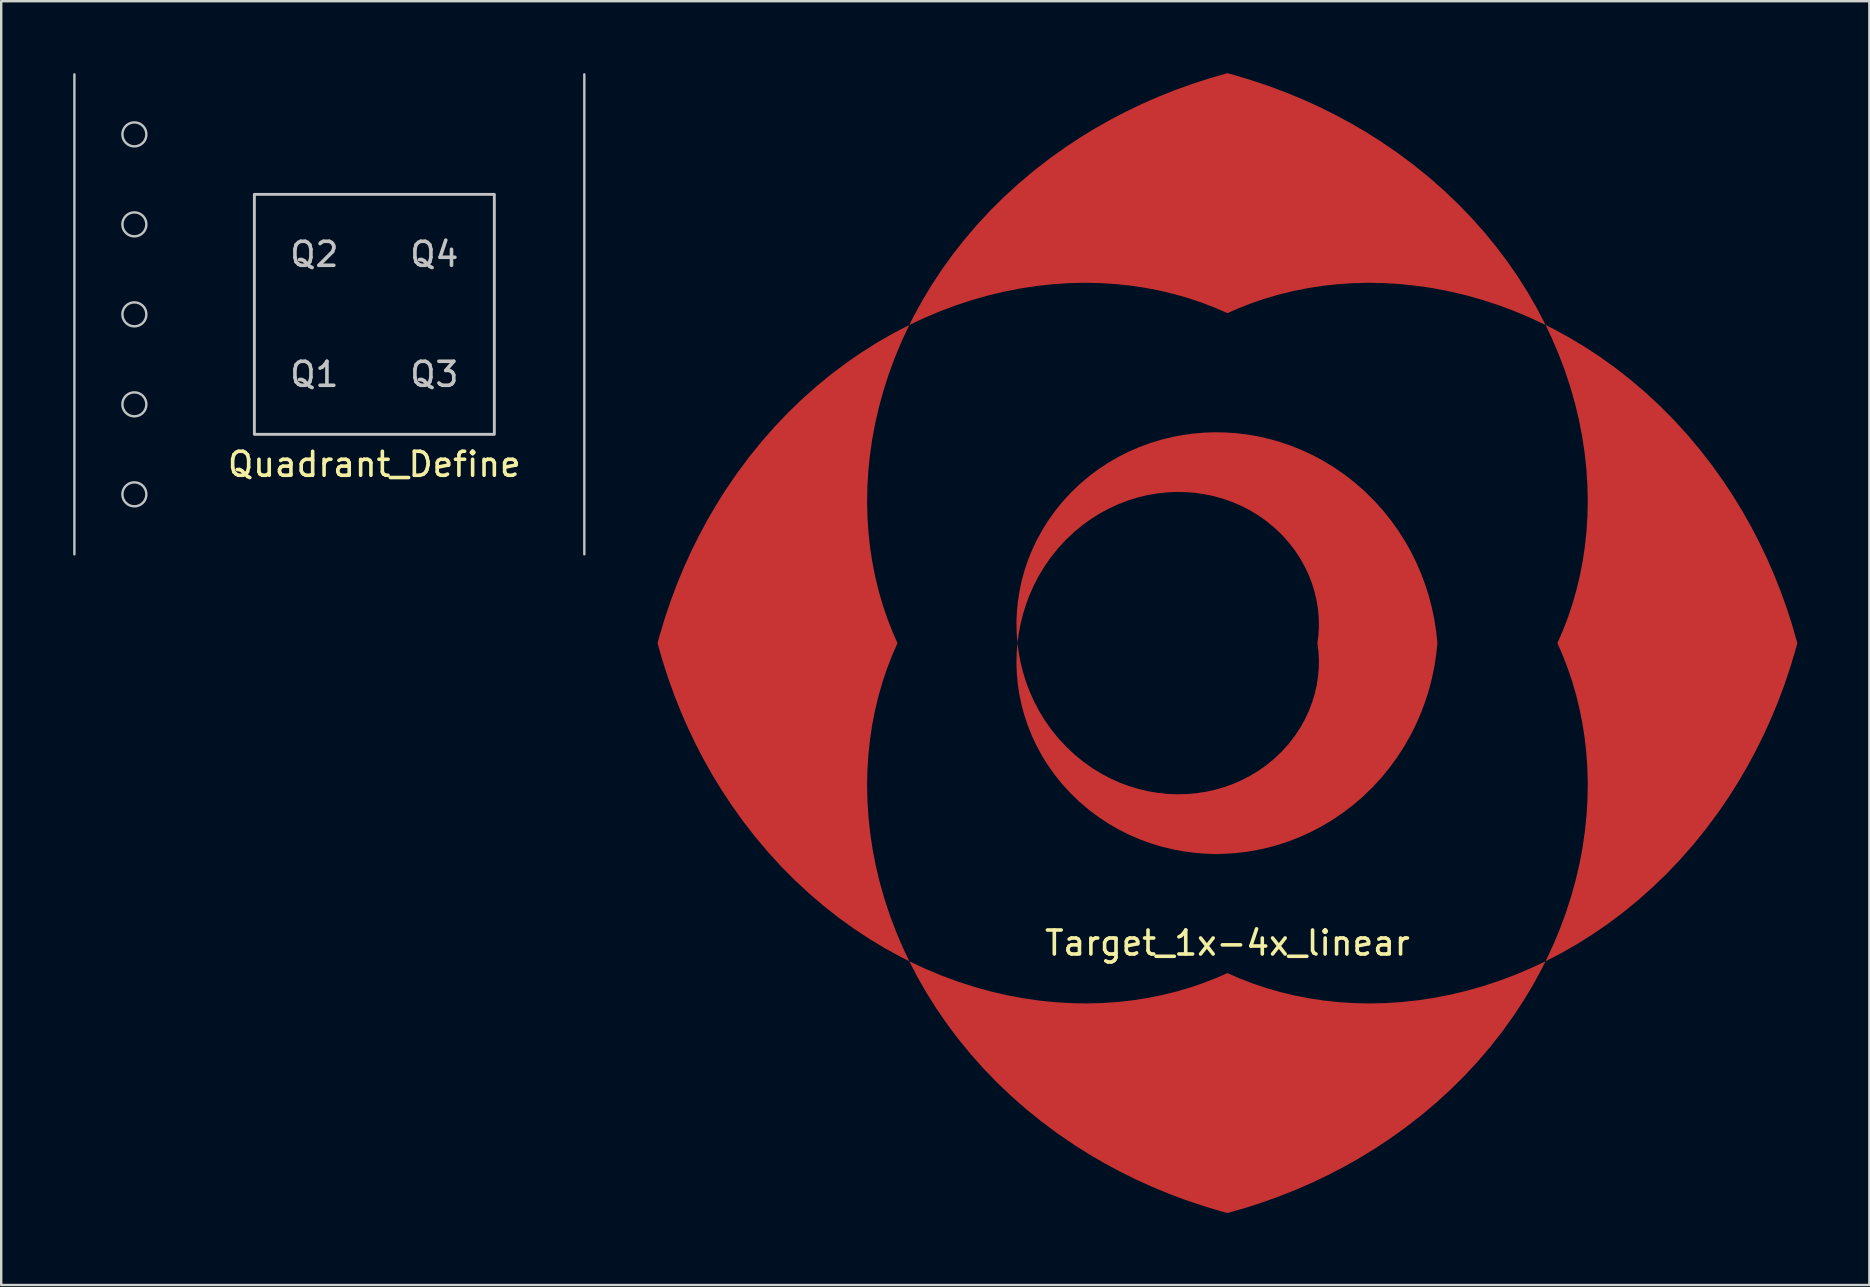
<source format=kicad_pcb>
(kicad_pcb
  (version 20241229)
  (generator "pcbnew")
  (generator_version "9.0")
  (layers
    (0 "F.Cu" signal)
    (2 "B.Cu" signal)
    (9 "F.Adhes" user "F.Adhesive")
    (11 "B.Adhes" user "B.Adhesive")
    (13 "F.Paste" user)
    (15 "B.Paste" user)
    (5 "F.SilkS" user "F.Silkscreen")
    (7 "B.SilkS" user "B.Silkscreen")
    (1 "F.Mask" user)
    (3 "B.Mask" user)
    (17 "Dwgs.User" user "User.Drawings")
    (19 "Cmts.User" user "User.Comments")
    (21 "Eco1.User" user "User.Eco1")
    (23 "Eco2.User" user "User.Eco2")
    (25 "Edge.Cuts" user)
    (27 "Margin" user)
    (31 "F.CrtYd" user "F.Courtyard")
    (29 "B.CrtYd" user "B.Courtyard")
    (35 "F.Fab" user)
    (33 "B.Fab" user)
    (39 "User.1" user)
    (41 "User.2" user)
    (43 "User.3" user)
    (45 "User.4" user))
  (footprint "Quadrant_Define"
    (layer "F.Cu")
    (at 12.55 10.05)
    (property "Reference" "Quadrant_Define" (at 0 6.25 0) (unlocked yes) (layer "F.SilkS") (effects (font (size 1 1) (thickness 0.15))))
    (attr smd)
    (fp_line (start -12.5 -10) (end -12.5 10) (stroke (width 0.1) (type solid)) (layer "Dwgs.User"))
    (fp_line (start 8.75 -10) (end 8.75 10) (stroke (width 0.1) (type solid)) (layer "Dwgs.User"))
    (fp_rect (start -5 -5) (end 5 5) (stroke (width 0.12) (type solid)) (fill no) (layer "Dwgs.User"))
    (fp_circle (center -10 -7.5) (end -9.5 -7.5) (stroke (width 0.1) (type solid)) (fill no) (layer "Dwgs.User"))
    (fp_circle (center -10 -3.75) (end -9.5 -3.75) (stroke (width 0.1) (type solid)) (fill no) (layer "Dwgs.User"))
    (fp_circle (center -10 0) (end -9.5 0) (stroke (width 0.1) (type solid)) (fill no) (layer "Dwgs.User"))
    (fp_circle (center -10 3.75) (end -9.5 3.75) (stroke (width 0.1) (type solid)) (fill no) (layer "Dwgs.User"))
    (fp_circle (center -10 7.5) (end -9.5 7.5) (stroke (width 0.1) (type solid)) (fill no) (layer "Dwgs.User"))
    (fp_text user "Q1" (at -2.5 2.5 0) (unlocked yes) (layer "Dwgs.User") (effects (font (size 1 1) (thickness 0.15))))
    (fp_text user "Q3" (at 2.5 2.5 0) (unlocked yes) (layer "Dwgs.User") (effects (font (size 1 1) (thickness 0.15))))
    (fp_text user "Q4" (at 2.5 -2.5 0) (unlocked yes) (layer "Dwgs.User") (effects (font (size 1 1) (thickness 0.15))))
    (fp_text user "Q2" (at -2.5 -2.5 0) (unlocked yes) (layer "Dwgs.User") (effects (font (size 1 1) (thickness 0.15)))))
  (footprint "Target_1x-4x_linear"
    (layer "F.Cu")
    (at 48.1 23.75)
    (property "Reference" "Target_1x-4x_linear" (at 0 12.5 0) (unlocked yes) (layer "F.SilkS") (effects (font (size 1 1) (thickness 0.15))))
    (fp_poly (pts (xy -13.592 13.089) (xy -14.255 12.727) (xy -14.909 12.334) (xy -15.554 11.909) (xy -16.188 11.453) (xy -16.809 10.966) (xy -17.416 10.448) (xy -18.008 9.9) (xy -18.583 9.322) (xy -19.14 8.714) (xy -19.676 8.078) (xy -20.192 7.413) (xy -20.685 6.721) (xy -21.078 6.124) (xy -21.454 5.508) (xy -21.812 4.876) (xy -22.151 4.225) (xy -22.47 3.559) (xy -22.769 2.876) (xy -23.047 2.179) (xy -23.304 1.466) (xy -23.538 0.74) (xy -23.75 0) (xy -23.668 -0.297) (xy -23.447 -1.032) (xy -23.204 -1.753) (xy -22.939 -2.46) (xy -22.652 -3.151) (xy -22.345 -3.827) (xy -22.017 -4.487) (xy -21.671 -5.131) (xy -21.306 -5.757) (xy -20.923 -6.365) (xy -20.442 -7.071) (xy -19.937 -7.749) (xy -19.411 -8.4) (xy -18.864 -9.022) (xy -18.298 -9.615) (xy -17.714 -10.178) (xy -17.115 -10.711) (xy -16.5 -11.214) (xy -15.873 -11.685) (xy -15.233 -12.126) (xy -14.583 -12.535) (xy -13.925 -12.912) (xy -13.258 -13.258) (xy -13.573 -12.586) (xy -13.855 -11.909) (xy -14.107 -11.229) (xy -14.326 -10.547) (xy -14.515 -9.865) (xy -14.673 -9.183) (xy -14.801 -8.504) (xy -14.898 -7.828) (xy -14.966 -7.158) (xy -15.005 -6.493) (xy -15.016 -5.836) (xy -14.998 -5.188) (xy -14.953 -4.549) (xy -14.882 -3.921) (xy -14.785 -3.305) (xy -14.663 -2.702) (xy -14.517 -2.113) (xy -14.348 -1.538) (xy -14.156 -0.98) (xy -13.943 -0.438) (xy -13.75 0) (xy -13.98 0.527) (xy -14.19 1.072) (xy -14.378 1.633) (xy -14.543 2.21) (xy -14.685 2.801) (xy -14.803 3.407) (xy -14.896 4.025) (xy -14.963 4.655) (xy -15.003 5.295) (xy -15.016 5.945) (xy -15.001 6.604) (xy -14.957 7.269) (xy -14.884 7.941) (xy -14.782 8.617) (xy -14.649 9.297) (xy -14.486 9.978) (xy -14.292 10.661) (xy -14.067 11.342) (xy -13.81 12.022) (xy -13.522 12.698) (xy -13.258 13.258)) (stroke (width 0) (type solid)) (fill yes) (layer "F.Cu"))
    (fp_poly (pts (xy -13.089 -13.592) (xy -12.727 -14.255) (xy -12.334 -14.909) (xy -11.909 -15.554) (xy -11.453 -16.188) (xy -10.966 -16.809) (xy -10.448 -17.416) (xy -9.9 -18.008) (xy -9.322 -18.583) (xy -8.714 -19.14) (xy -8.078 -19.676) (xy -7.413 -20.192) (xy -6.721 -20.685) (xy -6.124 -21.078) (xy -5.508 -21.454) (xy -4.876 -21.812) (xy -4.225 -22.151) (xy -3.559 -22.47) (xy -2.876 -22.769) (xy -2.179 -23.047) (xy -1.466 -23.304) (xy -0.74 -23.538) (xy 0 -23.75) (xy 0.297 -23.668) (xy 1.032 -23.447) (xy 1.753 -23.204) (xy 2.46 -22.939) (xy 3.151 -22.652) (xy 3.827 -22.345) (xy 4.487 -22.017) (xy 5.131 -21.671) (xy 5.757 -21.306) (xy 6.365 -20.923) (xy 7.071 -20.442) (xy 7.749 -19.937) (xy 8.4 -19.411) (xy 9.022 -18.864) (xy 9.615 -18.298) (xy 10.178 -17.714) (xy 10.711 -17.115) (xy 11.214 -16.5) (xy 11.685 -15.873) (xy 12.126 -15.233) (xy 12.535 -14.583) (xy 12.912 -13.925) (xy 13.258 -13.258) (xy 12.586 -13.573) (xy 11.909 -13.855) (xy 11.229 -14.107) (xy 10.547 -14.326) (xy 9.865 -14.515) (xy 9.183 -14.673) (xy 8.504 -14.801) (xy 7.828 -14.898) (xy 7.158 -14.966) (xy 6.493 -15.005) (xy 5.836 -15.016) (xy 5.188 -14.998) (xy 4.549 -14.953) (xy 3.921 -14.882) (xy 3.305 -14.785) (xy 2.702 -14.663) (xy 2.113 -14.517) (xy 1.538 -14.348) (xy 0.98 -14.156) (xy 0.438 -13.943) (xy 0 -13.75) (xy -0.527 -13.98) (xy -1.072 -14.19) (xy -1.633 -14.378) (xy -2.21 -14.543) (xy -2.801 -14.685) (xy -3.407 -14.803) (xy -4.025 -14.896) (xy -4.655 -14.963) (xy -5.295 -15.003) (xy -5.945 -15.016) (xy -6.604 -15.001) (xy -7.269 -14.957) (xy -7.941 -14.884) (xy -8.617 -14.782) (xy -9.297 -14.649) (xy -9.978 -14.486) (xy -10.661 -14.292) (xy -11.342 -14.067) (xy -12.022 -13.81) (xy -12.698 -13.522) (xy -13.258 -13.258)) (stroke (width 0) (type solid)) (fill yes) (layer "F.Cu"))
    (fp_poly (pts (xy 13.089 13.592) (xy 12.727 14.255) (xy 12.334 14.909) (xy 11.909 15.554) (xy 11.453 16.188) (xy 10.966 16.809) (xy 10.448 17.416) (xy 9.9 18.008) (xy 9.322 18.583) (xy 8.714 19.14) (xy 8.078 19.676) (xy 7.413 20.192) (xy 6.721 20.685) (xy 6.124 21.078) (xy 5.508 21.454) (xy 4.876 21.812) (xy 4.225 22.151) (xy 3.559 22.47) (xy 2.876 22.769) (xy 2.179 23.047) (xy 1.466 23.304) (xy 0.74 23.538) (xy 0 23.75) (xy -0.297 23.668) (xy -1.032 23.447) (xy -1.753 23.204) (xy -2.46 22.939) (xy -3.151 22.652) (xy -3.827 22.345) (xy -4.487 22.017) (xy -5.131 21.671) (xy -5.757 21.306) (xy -6.365 20.923) (xy -7.071 20.442) (xy -7.749 19.937) (xy -8.4 19.411) (xy -9.022 18.864) (xy -9.615 18.298) (xy -10.178 17.714) (xy -10.711 17.115) (xy -11.214 16.5) (xy -11.685 15.873) (xy -12.126 15.233) (xy -12.535 14.583) (xy -12.912 13.925) (xy -13.258 13.258) (xy -12.586 13.573) (xy -11.909 13.855) (xy -11.229 14.107) (xy -10.547 14.326) (xy -9.865 14.515) (xy -9.183 14.673) (xy -8.504 14.801) (xy -7.828 14.898) (xy -7.158 14.966) (xy -6.493 15.005) (xy -5.836 15.016) (xy -5.188 14.998) (xy -4.549 14.953) (xy -3.921 14.882) (xy -3.305 14.785) (xy -2.702 14.663) (xy -2.113 14.517) (xy -1.538 14.348) (xy -0.98 14.156) (xy -0.438 13.943) (xy 0 13.75) (xy 0.527 13.98) (xy 1.072 14.19) (xy 1.633 14.378) (xy 2.21 14.543) (xy 2.801 14.685) (xy 3.407 14.803) (xy 4.025 14.896) (xy 4.655 14.963) (xy 5.295 15.003) (xy 5.945 15.016) (xy 6.604 15.001) (xy 7.269 14.957) (xy 7.941 14.884) (xy 8.617 14.782) (xy 9.297 14.649) (xy 9.978 14.486) (xy 10.661 14.292) (xy 11.342 14.067) (xy 12.022 13.81) (xy 12.698 13.522) (xy 13.258 13.258)) (stroke (width 0) (type solid)) (fill yes) (layer "F.Cu"))
    (fp_poly (pts (xy 13.592 -13.089) (xy 14.255 -12.727) (xy 14.909 -12.334) (xy 15.554 -11.909) (xy 16.188 -11.453) (xy 16.809 -10.966) (xy 17.416 -10.448) (xy 18.008 -9.9) (xy 18.583 -9.322) (xy 19.14 -8.714) (xy 19.676 -8.078) (xy 20.192 -7.413) (xy 20.685 -6.721) (xy 21.078 -6.124) (xy 21.454 -5.508) (xy 21.812 -4.876) (xy 22.151 -4.225) (xy 22.47 -3.559) (xy 22.769 -2.876) (xy 23.047 -2.179) (xy 23.304 -1.466) (xy 23.538 -0.74) (xy 23.75 0) (xy 23.668 0.297) (xy 23.447 1.032) (xy 23.204 1.753) (xy 22.939 2.46) (xy 22.652 3.151) (xy 22.345 3.827) (xy 22.017 4.487) (xy 21.671 5.131) (xy 21.306 5.757) (xy 20.923 6.365) (xy 20.442 7.071) (xy 19.937 7.749) (xy 19.411 8.4) (xy 18.864 9.022) (xy 18.298 9.615) (xy 17.714 10.178) (xy 17.115 10.711) (xy 16.5 11.214) (xy 15.873 11.685) (xy 15.233 12.126) (xy 14.583 12.535) (xy 13.925 12.912) (xy 13.258 13.258) (xy 13.573 12.586) (xy 13.855 11.909) (xy 14.107 11.229) (xy 14.326 10.547) (xy 14.515 9.865) (xy 14.673 9.183) (xy 14.801 8.504) (xy 14.898 7.828) (xy 14.966 7.158) (xy 15.005 6.493) (xy 15.016 5.836) (xy 14.998 5.188) (xy 14.953 4.549) (xy 14.882 3.921) (xy 14.785 3.305) (xy 14.663 2.702) (xy 14.517 2.113) (xy 14.348 1.538) (xy 14.156 0.98) (xy 13.943 0.438) (xy 13.75 0) (xy 13.98 -0.527) (xy 14.19 -1.072) (xy 14.378 -1.633) (xy 14.543 -2.21) (xy 14.685 -2.801) (xy 14.803 -3.407) (xy 14.896 -4.025) (xy 14.963 -4.655) (xy 15.003 -5.295) (xy 15.016 -5.945) (xy 15.001 -6.604) (xy 14.957 -7.269) (xy 14.884 -7.941) (xy 14.782 -8.617) (xy 14.649 -9.297) (xy 14.486 -9.978) (xy 14.292 -10.661) (xy 14.067 -11.342) (xy 13.81 -12.022) (xy 13.522 -12.698) (xy 13.258 -13.258)) (stroke (width 0) (type solid)) (fill yes) (layer "F.Cu"))
    (fp_poly (pts (xy -0.085 -8.778) (xy 0.362 -8.748) (xy 0.809 -8.695) (xy 1.254 -8.619) (xy 1.697 -8.52) (xy 2.136 -8.398) (xy 2.571 -8.254) (xy 3.052 -8.064) (xy 3.525 -7.847) (xy 3.986 -7.601) (xy 4.435 -7.329) (xy 4.869 -7.03) (xy 5.288 -6.705) (xy 5.69 -6.355) (xy 6.114 -5.938) (xy 6.475 -5.538) (xy 6.813 -5.117) (xy 7.129 -4.675) (xy 7.42 -4.214) (xy 7.658 -3.788) (xy 7.874 -3.35) (xy 8.069 -2.899) (xy 8.242 -2.437) (xy 8.392 -1.965) (xy 8.518 -1.484) (xy 8.62 -0.996) (xy 8.697 -0.5) (xy 8.75 0) (xy 8.697 0.5) (xy 8.62 0.996) (xy 8.518 1.484) (xy 8.392 1.965) (xy 8.242 2.437) (xy 8.069 2.899) (xy 7.874 3.35) (xy 7.658 3.788) (xy 7.389 4.266) (xy 7.095 4.725) (xy 6.777 5.165) (xy 6.436 5.584) (xy 6.031 6.024) (xy 5.646 6.395) (xy 5.243 6.742) (xy 4.822 7.064) (xy 4.386 7.36) (xy 3.935 7.63) (xy 3.473 7.872) (xy 2.999 8.087) (xy 2.571 8.254) (xy 2.136 8.398) (xy 1.697 8.52) (xy 1.254 8.619) (xy 0.809 8.695) (xy 0.362 8.748) (xy -0.085 8.778) (xy -0.531 8.786) (xy -0.974 8.771) (xy -1.415 8.733) (xy -1.85 8.674) (xy -2.281 8.593) (xy -2.757 8.477) (xy -3.223 8.335) (xy -3.678 8.167) (xy -4.121 7.974) (xy -4.549 7.758) (xy -4.963 7.518) (xy -5.359 7.257) (xy -5.78 6.943) (xy -6.177 6.605) (xy -6.549 6.244) (xy -6.896 5.863) (xy -7.216 5.463) (xy -7.509 5.047) (xy -7.747 4.659) (xy -7.962 4.26) (xy -8.153 3.852) (xy -8.319 3.436) (xy -8.461 3.013) (xy -8.577 2.586) (xy -8.668 2.155) (xy -8.734 1.722) (xy -8.775 1.289) (xy -8.792 0.857) (xy -8.783 0.426) (xy -8.75 0) (xy -8.693 0.421) (xy -8.613 0.836) (xy -8.509 1.243) (xy -8.384 1.642) (xy -8.236 2.03) (xy -8.048 2.447) (xy -7.835 2.85) (xy -7.598 3.235) (xy -7.34 3.601) (xy -7.06 3.949) (xy -6.73 4.306) (xy -6.379 4.638) (xy -6.008 4.941) (xy -5.621 5.216) (xy -5.255 5.44) (xy -4.878 5.639) (xy -4.493 5.812) (xy -4.1 5.959) (xy -3.701 6.079) (xy -3.299 6.174) (xy -2.895 6.242) (xy -2.49 6.284) (xy -2.086 6.3) (xy -1.685 6.29) (xy -1.289 6.255) (xy -0.899 6.195) (xy -0.517 6.111) (xy -0.144 6.004) (xy 0.219 5.874) (xy 0.57 5.723) (xy 0.94 5.532) (xy 1.293 5.318) (xy 1.628 5.082) (xy 1.941 4.825) (xy 2.259 4.524) (xy 2.549 4.202) (xy 2.812 3.862) (xy 3.045 3.508) (xy 3.232 3.171) (xy 3.393 2.825) (xy 3.528 2.473) (xy 3.637 2.115) (xy 3.72 1.754) (xy 3.776 1.392) (xy 3.806 1.031) (xy 3.811 0.672) (xy 3.79 0.317) (xy 3.75 0) (xy 3.793 -0.349) (xy 3.811 -0.704) (xy 3.804 -1.063) (xy 3.772 -1.425) (xy 3.713 -1.787) (xy 3.628 -2.147) (xy 3.517 -2.505) (xy 3.379 -2.857) (xy 3.216 -3.202) (xy 3.026 -3.538) (xy 2.812 -3.862) (xy 2.572 -4.174) (xy 2.284 -4.498) (xy 1.969 -4.801) (xy 1.628 -5.082) (xy 1.293 -5.318) (xy 0.94 -5.532) (xy 0.57 -5.723) (xy 0.183 -5.888) (xy -0.181 -6.016) (xy -0.555 -6.121) (xy -0.938 -6.202) (xy -1.329 -6.26) (xy -1.725 -6.292) (xy -2.126 -6.299) (xy -2.53 -6.281) (xy -2.935 -6.236) (xy -3.339 -6.166) (xy -3.741 -6.069) (xy -4.139 -5.945) (xy -4.532 -5.795) (xy -4.916 -5.62) (xy -5.292 -5.419) (xy -5.656 -5.192) (xy -6.008 -4.941) (xy -6.379 -4.638) (xy -6.73 -4.306) (xy -7.06 -3.949) (xy -7.367 -3.566) (xy -7.623 -3.197) (xy -7.857 -2.81) (xy -8.068 -2.406) (xy -8.254 -1.987) (xy -8.399 -1.598) (xy -8.522 -1.199) (xy -8.623 -0.791) (xy -8.701 -0.375) (xy -8.75 0) (xy -8.783 -0.426) (xy -8.792 -0.857) (xy -8.775 -1.289) (xy -8.734 -1.722) (xy -8.668 -2.155) (xy -8.577 -2.586) (xy -8.461 -3.013) (xy -8.319 -3.436) (xy -8.153 -3.852) (xy -7.962 -4.26) (xy -7.747 -4.659) (xy -7.481 -5.089) (xy -7.186 -5.504) (xy -6.863 -5.902) (xy -6.513 -6.281) (xy -6.138 -6.64) (xy -5.739 -6.976) (xy -5.359 -7.257) (xy -4.963 -7.518) (xy -4.549 -7.758) (xy -4.121 -7.974) (xy -3.678 -8.167) (xy -3.223 -8.335) (xy -2.757 -8.477) (xy -2.281 -8.593) (xy -1.85 -8.674) (xy -1.415 -8.733) (xy -0.974 -8.771) (xy -0.531 -8.786)) (stroke (width 0) (type solid)) (fill yes) (layer "F.Cu")))
  (gr_rect
    (start -3 -3)
    (end 74.85 50.5)
    (stroke (width 0.1) (type default))
    (fill no)
    (layer "Edge.Cuts")))
</source>
